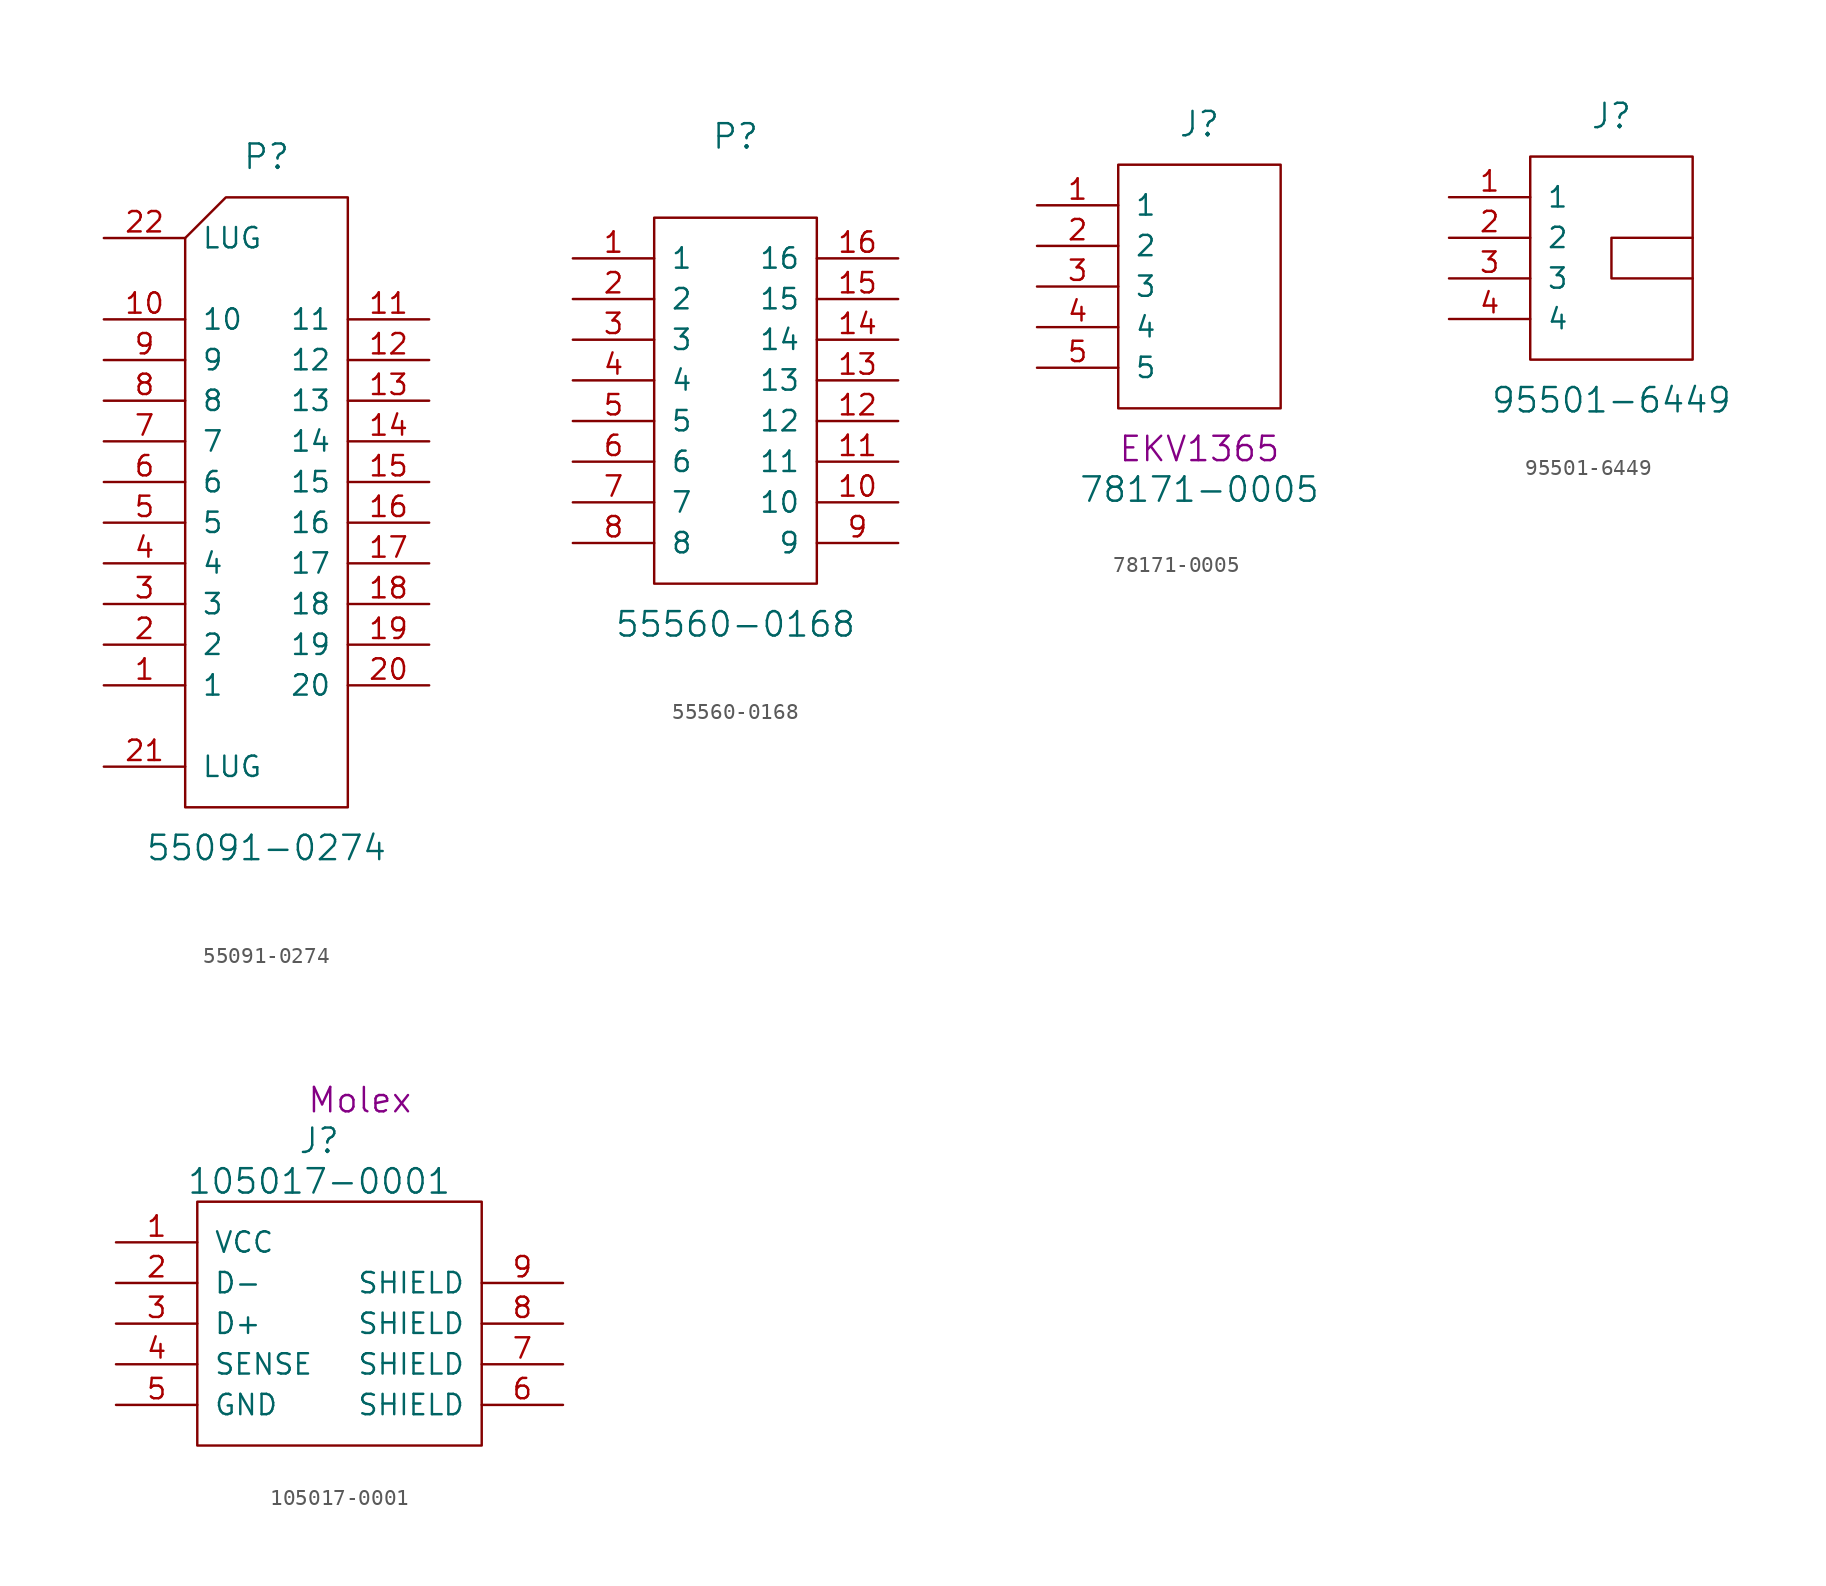
<source format=kicad_sym>
(kicad_symbol_lib
  (version 20220914)
  (generator kicad_symbol_editor)
  (symbol "55091-0274"
    (pin_names
      (offset 1.016))
    (property "Reference" "P"
      (at 5.08 40.64 0)
      (effects (font (size 1.524 1.524))))
    (property "Value" "55091-0274"
      (at 5.08 -2.54 0)
      (effects (font (size 1.524 1.524))))
    (symbol "55091-0274_0_1"
      (polyline (pts (xy 0 35.56) (xy 2.54 38.1) (xy 10.16 38.1) (xy 10.16 0) (xy 0 0) (xy 0 35.56)) (stroke (width 0) (type solid)) (fill (type none))))
    (symbol "55091-0274_1_1"
      (pin passive line (at -5.08 7.62 0) (length 5.08) (name "1" (effects (font (size 1.27 1.27)))) (number "1" (effects (font (size 1.27 1.27)))))
      (pin passive line (at -5.08 30.48 0) (length 5.08) (name "10" (effects (font (size 1.27 1.27)))) (number "10" (effects (font (size 1.27 1.27)))))
      (pin passive line (at 15.24 30.48 180) (length 5.08) (name "11" (effects (font (size 1.27 1.27)))) (number "11" (effects (font (size 1.27 1.27)))))
      (pin passive line (at 15.24 27.94 180) (length 5.08) (name "12" (effects (font (size 1.27 1.27)))) (number "12" (effects (font (size 1.27 1.27)))))
      (pin passive line (at 15.24 25.4 180) (length 5.08) (name "13" (effects (font (size 1.27 1.27)))) (number "13" (effects (font (size 1.27 1.27)))))
      (pin passive line (at 15.24 22.86 180) (length 5.08) (name "14" (effects (font (size 1.27 1.27)))) (number "14" (effects (font (size 1.27 1.27)))))
      (pin passive line (at 15.24 20.32 180) (length 5.08) (name "15" (effects (font (size 1.27 1.27)))) (number "15" (effects (font (size 1.27 1.27)))))
      (pin passive line (at 15.24 17.78 180) (length 5.08) (name "16" (effects (font (size 1.27 1.27)))) (number "16" (effects (font (size 1.27 1.27)))))
      (pin passive line (at 15.24 15.24 180) (length 5.08) (name "17" (effects (font (size 1.27 1.27)))) (number "17" (effects (font (size 1.27 1.27)))))
      (pin passive line (at 15.24 12.7 180) (length 5.08) (name "18" (effects (font (size 1.27 1.27)))) (number "18" (effects (font (size 1.27 1.27)))))
      (pin passive line (at 15.24 10.16 180) (length 5.08) (name "19" (effects (font (size 1.27 1.27)))) (number "19" (effects (font (size 1.27 1.27)))))
      (pin passive line (at -5.08 10.16 0) (length 5.08) (name "2" (effects (font (size 1.27 1.27)))) (number "2" (effects (font (size 1.27 1.27)))))
      (pin passive line (at 15.24 7.62 180) (length 5.08) (name "20" (effects (font (size 1.27 1.27)))) (number "20" (effects (font (size 1.27 1.27)))))
      (pin passive line (at -5.08 2.54 0) (length 5.08) (name "LUG" (effects (font (size 1.27 1.27)))) (number "21" (effects (font (size 1.27 1.27)))))
      (pin passive line (at -5.08 35.56 0) (length 5.08) (name "LUG" (effects (font (size 1.27 1.27)))) (number "22" (effects (font (size 1.27 1.27)))))
      (pin passive line (at -5.08 12.7 0) (length 5.08) (name "3" (effects (font (size 1.27 1.27)))) (number "3" (effects (font (size 1.27 1.27)))))
      (pin passive line (at -5.08 15.24 0) (length 5.08) (name "4" (effects (font (size 1.27 1.27)))) (number "4" (effects (font (size 1.27 1.27)))))
      (pin passive line (at -5.08 17.78 0) (length 5.08) (name "5" (effects (font (size 1.27 1.27)))) (number "5" (effects (font (size 1.27 1.27)))))
      (pin passive line (at -5.08 20.32 0) (length 5.08) (name "6" (effects (font (size 1.27 1.27)))) (number "6" (effects (font (size 1.27 1.27)))))
      (pin passive line (at -5.08 22.86 0) (length 5.08) (name "7" (effects (font (size 1.27 1.27)))) (number "7" (effects (font (size 1.27 1.27)))))
      (pin passive line (at -5.08 25.4 0) (length 5.08) (name "8" (effects (font (size 1.27 1.27)))) (number "8" (effects (font (size 1.27 1.27)))))
      (pin passive line (at -5.08 27.94 0) (length 5.08) (name "9" (effects (font (size 1.27 1.27)))) (number "9" (effects (font (size 1.27 1.27)))))))
  (symbol "55560-0168"
    (pin_names
      (offset 1.016))
    (property "Reference" "P"
      (at 5.08 27.94 0)
      (effects (font (size 1.524 1.524))))
    (property "Value" "55560-0168"
      (at 5.08 -2.54 0)
      (effects (font (size 1.524 1.524))))
    (symbol "55560-0168_0_1"
      (rectangle (start 0 0) (end 10.16 22.86) (stroke (width 0) (type solid)) (fill (type none))))
    (symbol "55560-0168_1_1"
      (pin passive line (at -5.08 20.32 0) (length 5.08) (name "1" (effects (font (size 1.27 1.27)))) (number "1" (effects (font (size 1.27 1.27)))))
      (pin passive line (at 15.24 5.08 180) (length 5.08) (name "10" (effects (font (size 1.27 1.27)))) (number "10" (effects (font (size 1.27 1.27)))))
      (pin passive line (at 15.24 7.62 180) (length 5.08) (name "11" (effects (font (size 1.27 1.27)))) (number "11" (effects (font (size 1.27 1.27)))))
      (pin passive line (at 15.24 10.16 180) (length 5.08) (name "12" (effects (font (size 1.27 1.27)))) (number "12" (effects (font (size 1.27 1.27)))))
      (pin passive line (at 15.24 12.7 180) (length 5.08) (name "13" (effects (font (size 1.27 1.27)))) (number "13" (effects (font (size 1.27 1.27)))))
      (pin passive line (at 15.24 15.24 180) (length 5.08) (name "14" (effects (font (size 1.27 1.27)))) (number "14" (effects (font (size 1.27 1.27)))))
      (pin passive line (at 15.24 17.78 180) (length 5.08) (name "15" (effects (font (size 1.27 1.27)))) (number "15" (effects (font (size 1.27 1.27)))))
      (pin passive line (at 15.24 20.32 180) (length 5.08) (name "16" (effects (font (size 1.27 1.27)))) (number "16" (effects (font (size 1.27 1.27)))))
      (pin passive line (at -5.08 17.78 0) (length 5.08) (name "2" (effects (font (size 1.27 1.27)))) (number "2" (effects (font (size 1.27 1.27)))))
      (pin passive line (at -5.08 15.24 0) (length 5.08) (name "3" (effects (font (size 1.27 1.27)))) (number "3" (effects (font (size 1.27 1.27)))))
      (pin passive line (at -5.08 12.7 0) (length 5.08) (name "4" (effects (font (size 1.27 1.27)))) (number "4" (effects (font (size 1.27 1.27)))))
      (pin passive line (at -5.08 10.16 0) (length 5.08) (name "5" (effects (font (size 1.27 1.27)))) (number "5" (effects (font (size 1.27 1.27)))))
      (pin passive line (at -5.08 7.62 0) (length 5.08) (name "6" (effects (font (size 1.27 1.27)))) (number "6" (effects (font (size 1.27 1.27)))))
      (pin passive line (at -5.08 5.08 0) (length 5.08) (name "7" (effects (font (size 1.27 1.27)))) (number "7" (effects (font (size 1.27 1.27)))))
      (pin passive line (at -5.08 2.54 0) (length 5.08) (name "8" (effects (font (size 1.27 1.27)))) (number "8" (effects (font (size 1.27 1.27)))))
      (pin passive line (at 15.24 2.54 180) (length 5.08) (name "9" (effects (font (size 1.27 1.27)))) (number "9" (effects (font (size 1.27 1.27)))))))
  (symbol "78171-0005"
    (pin_names
      (offset 1.016))
    (property "Reference" "J"
      (at 5.08 17.78 0)
      (effects (font (size 1.524 1.524))))
    (property "Value" "78171-0005"
      (at 5.08 -5.08 0)
      (effects (font (size 1.524 1.524))))
    (property "AC" "EKV1365"
      (at 5.08 -2.54 0)
      (effects (font (size 1.524 1.524))))
    (symbol "78171-0005_0_1"
      (rectangle (start 0 0) (end 10.16 15.24) (stroke (width 0) (type solid)) (fill (type none))))
    (symbol "78171-0005_1_1"
      (pin passive line (at -5.08 12.7 0) (length 5.08) (name "1" (effects (font (size 1.27 1.27)))) (number "1" (effects (font (size 1.27 1.27)))))
      (pin passive line (at -5.08 10.16 0) (length 5.08) (name "2" (effects (font (size 1.27 1.27)))) (number "2" (effects (font (size 1.27 1.27)))))
      (pin passive line (at -5.08 7.62 0) (length 5.08) (name "3" (effects (font (size 1.27 1.27)))) (number "3" (effects (font (size 1.27 1.27)))))
      (pin passive line (at -5.08 5.08 0) (length 5.08) (name "4" (effects (font (size 1.27 1.27)))) (number "4" (effects (font (size 1.27 1.27)))))
      (pin passive line (at -5.08 2.54 0) (length 5.08) (name "5" (effects (font (size 1.27 1.27)))) (number "5" (effects (font (size 1.27 1.27)))))))
  (symbol "95501-6449"
    (pin_names
      (offset 1.016))
    (property "Reference" "J"
      (at 5.08 15.24 0)
      (effects (font (size 1.524 1.524))))
    (property "Value" "95501-6449"
      (at 5.08 -2.54 0)
      (effects (font (size 1.524 1.524))))
    (symbol "95501-6449_0_1"
      (polyline (pts (xy 10.16 7.62) (xy 5.08 7.62) (xy 5.08 5.08) (xy 10.16 5.08)) (stroke (width 0) (type solid)) (fill (type none)))
      (rectangle (start 0 0) (end 10.16 12.7) (stroke (width 0) (type solid)) (fill (type none))))
    (symbol "95501-6449_1_1"
      (pin passive line (at -5.08 10.16 0) (length 5.08) (name "1" (effects (font (size 1.27 1.27)))) (number "1" (effects (font (size 1.27 1.27)))))
      (pin passive line (at -5.08 7.62 0) (length 5.08) (name "2" (effects (font (size 1.27 1.27)))) (number "2" (effects (font (size 1.27 1.27)))))
      (pin passive line (at -5.08 5.08 0) (length 5.08) (name "3" (effects (font (size 1.27 1.27)))) (number "3" (effects (font (size 1.27 1.27)))))
      (pin passive line (at -5.08 2.54 0) (length 5.08) (name "4" (effects (font (size 1.27 1.27)))) (number "4" (effects (font (size 1.27 1.27)))))))
  (symbol "105017-0001"
    (pin_names
      (offset 1.016))
    (property "Reference" "J"
      (at 7.62 19.05 0)
      (effects (font (size 1.524 1.524))))
    (property "Value" "105017-0001"
      (at 7.62 16.51 0)
      (effects (font (size 1.524 1.524))))
    (property "Datasheet" ""
      (at 0 0.635 0)
      (effects (font (size 1.524 1.524))))
    (property "Manufacturer" "Molex"
      (at 10.16 21.59 0)
      (effects (font (size 1.524 1.524))))
    (symbol "105017-0001_0_1"
      (rectangle (start 0 0) (end 17.78 15.24) (stroke (width 0) (type solid)) (fill (type none))))
    (symbol "105017-0001_1_1"
      (pin input line (at -5.08 12.7 0) (length 5.08) (name "VCC" (effects (font (size 1.27 1.27)))) (number "1" (effects (font (size 1.27 1.27)))))
      (pin input line (at -5.08 10.16 0) (length 5.08) (name "D-" (effects (font (size 1.27 1.27)))) (number "2" (effects (font (size 1.27 1.27)))))
      (pin input line (at -5.08 7.62 0) (length 5.08) (name "D+" (effects (font (size 1.27 1.27)))) (number "3" (effects (font (size 1.27 1.27)))))
      (pin input line (at -5.08 5.08 0) (length 5.08) (name "SENSE" (effects (font (size 1.27 1.27)))) (number "4" (effects (font (size 1.27 1.27)))))
      (pin power_in line (at -5.08 2.54 0) (length 5.08) (name "GND" (effects (font (size 1.27 1.27)))) (number "5" (effects (font (size 1.27 1.27)))))
      (pin passive line (at 22.86 2.54 180) (length 5.08) (name "SHIELD" (effects (font (size 1.27 1.27)))) (number "6" (effects (font (size 1.27 1.27)))))
      (pin passive line (at 22.86 5.08 180) (length 5.08) (name "SHIELD" (effects (font (size 1.27 1.27)))) (number "7" (effects (font (size 1.27 1.27)))))
      (pin passive line (at 22.86 7.62 180) (length 5.08) (name "SHIELD" (effects (font (size 1.27 1.27)))) (number "8" (effects (font (size 1.27 1.27)))))
      (pin passive line (at 22.86 10.16 180) (length 5.08) (name "SHIELD" (effects (font (size 1.27 1.27)))) (number "9" (effects (font (size 1.27 1.27))))))))
</source>
